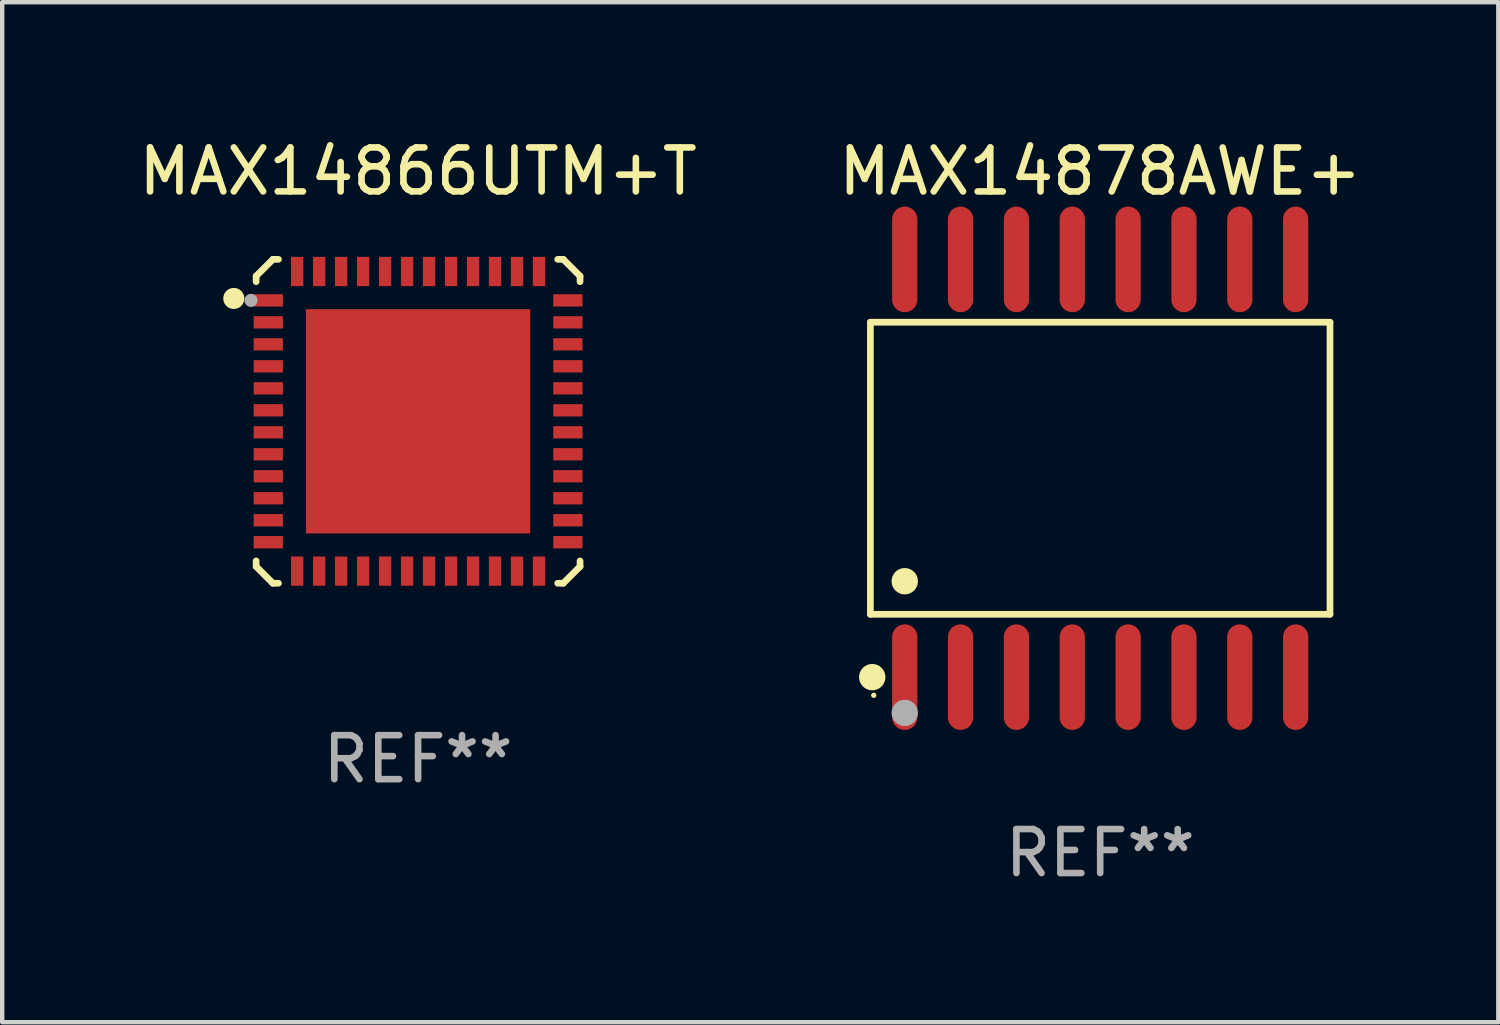
<source format=kicad_pcb>
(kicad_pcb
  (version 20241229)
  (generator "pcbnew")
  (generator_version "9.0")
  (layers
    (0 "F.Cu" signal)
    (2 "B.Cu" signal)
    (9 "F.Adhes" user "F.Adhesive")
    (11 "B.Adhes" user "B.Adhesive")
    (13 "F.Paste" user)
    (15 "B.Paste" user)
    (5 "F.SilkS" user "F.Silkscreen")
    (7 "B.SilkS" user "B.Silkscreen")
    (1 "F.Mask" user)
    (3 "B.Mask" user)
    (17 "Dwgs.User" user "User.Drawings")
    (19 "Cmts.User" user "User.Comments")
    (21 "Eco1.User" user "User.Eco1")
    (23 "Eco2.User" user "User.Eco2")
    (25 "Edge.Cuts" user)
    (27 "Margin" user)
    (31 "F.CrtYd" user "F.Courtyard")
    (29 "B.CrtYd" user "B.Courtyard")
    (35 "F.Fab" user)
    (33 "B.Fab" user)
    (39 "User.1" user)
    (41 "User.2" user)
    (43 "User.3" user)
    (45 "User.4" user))
  (footprint "MAX14866UTM+T"
    (layer "F.Cu")
    (at 6.458 6.531)
    (property "Reference" "MAX14866UTM+T" (at 0 -5.683 0) (layer "F.SilkS") (effects (font (size 1 1) (thickness 0.15))))
    (attr through_hole)
    (fp_line (start -3.683 -3.302) (end -3.302 -3.683) (stroke (width 0.152) (type solid)) (layer "F.SilkS"))
    (fp_line (start -3.683 -3.175) (end -3.683 -3.302) (stroke (width 0.152) (type solid)) (layer "F.SilkS"))
    (fp_line (start -3.683 3.302) (end -3.683 3.175) (stroke (width 0.152) (type solid)) (layer "F.SilkS"))
    (fp_line (start -3.302 -3.683) (end -3.175 -3.683) (stroke (width 0.152) (type solid)) (layer "F.SilkS"))
    (fp_line (start -3.302 3.683) (end -3.683 3.302) (stroke (width 0.152) (type solid)) (layer "F.SilkS"))
    (fp_line (start -3.175 3.683) (end -3.302 3.683) (stroke (width 0.152) (type solid)) (layer "F.SilkS"))
    (fp_line (start 3.175 -3.683) (end 3.302 -3.683) (stroke (width 0.152) (type solid)) (layer "F.SilkS"))
    (fp_line (start 3.302 -3.683) (end 3.683 -3.302) (stroke (width 0.152) (type solid)) (layer "F.SilkS"))
    (fp_line (start 3.302 3.683) (end 3.175 3.683) (stroke (width 0.152) (type solid)) (layer "F.SilkS"))
    (fp_line (start 3.683 -3.302) (end 3.683 -3.175) (stroke (width 0.152) (type solid)) (layer "F.SilkS"))
    (fp_line (start 3.683 3.175) (end 3.683 3.302) (stroke (width 0.152) (type solid)) (layer "F.SilkS"))
    (fp_line (start 3.683 3.302) (end 3.302 3.683) (stroke (width 0.152) (type solid)) (layer "F.SilkS"))
    (fp_circle (center -4.191 -2.794) (end -4.071 -2.794) (stroke (width 0.24) (type solid)) (fill no) (layer "F.SilkS"))
    (fp_circle (center -3.5 -3.5) (end -3.47 -3.5) (stroke (width 0.06) (type solid)) (fill no) (layer "F.SilkS"))
    (fp_circle (center -3.8 -2.75) (end -3.725 -2.75) (stroke (width 0.15) (type solid)) (fill no) (layer "F.Fab"))
    (fp_text user "REF**" (at 0 7.683 0) (layer "F.Fab") (effects (font (size 1 1) (thickness 0.15))))
    (pad "1" smd rect (at -3.407 -2.75) (size 0.665 0.28) (layers "F.Cu" "F.Mask" "F.Paste"))
    (pad "2" smd rect (at -3.407 -2.25) (size 0.665 0.28) (layers "F.Cu" "F.Mask" "F.Paste"))
    (pad "3" smd rect (at -3.407 -1.75) (size 0.665 0.28) (layers "F.Cu" "F.Mask" "F.Paste"))
    (pad "4" smd rect (at -3.407 -1.25) (size 0.665 0.28) (layers "F.Cu" "F.Mask" "F.Paste"))
    (pad "5" smd rect (at -3.407 -0.75) (size 0.665 0.28) (layers "F.Cu" "F.Mask" "F.Paste"))
    (pad "6" smd rect (at -3.407 -0.25) (size 0.665 0.28) (layers "F.Cu" "F.Mask" "F.Paste"))
    (pad "7" smd rect (at -3.407 0.25) (size 0.665 0.28) (layers "F.Cu" "F.Mask" "F.Paste"))
    (pad "8" smd rect (at -3.407 0.75) (size 0.665 0.28) (layers "F.Cu" "F.Mask" "F.Paste"))
    (pad "9" smd rect (at -3.407 1.25) (size 0.665 0.28) (layers "F.Cu" "F.Mask" "F.Paste"))
    (pad "10" smd rect (at -3.407 1.75) (size 0.665 0.28) (layers "F.Cu" "F.Mask" "F.Paste"))
    (pad "11" smd rect (at -3.407 2.25) (size 0.665 0.28) (layers "F.Cu" "F.Mask" "F.Paste"))
    (pad "12" smd rect (at -3.407 2.75) (size 0.665 0.28) (layers "F.Cu" "F.Mask" "F.Paste"))
    (pad "13" smd rect (at -2.75 3.407) (size 0.28 0.665) (layers "F.Cu" "F.Mask" "F.Paste"))
    (pad "14" smd rect (at -2.25 3.407) (size 0.28 0.665) (layers "F.Cu" "F.Mask" "F.Paste"))
    (pad "15" smd rect (at -1.75 3.407) (size 0.28 0.665) (layers "F.Cu" "F.Mask" "F.Paste"))
    (pad "16" smd rect (at -1.25 3.407) (size 0.28 0.665) (layers "F.Cu" "F.Mask" "F.Paste"))
    (pad "17" smd rect (at -0.75 3.407) (size 0.28 0.665) (layers "F.Cu" "F.Mask" "F.Paste"))
    (pad "18" smd rect (at -0.25 3.407) (size 0.28 0.665) (layers "F.Cu" "F.Mask" "F.Paste"))
    (pad "19" smd rect (at 0.25 3.407) (size 0.28 0.665) (layers "F.Cu" "F.Mask" "F.Paste"))
    (pad "20" smd rect (at 0.75 3.407) (size 0.28 0.665) (layers "F.Cu" "F.Mask" "F.Paste"))
    (pad "21" smd rect (at 1.25 3.407) (size 0.28 0.665) (layers "F.Cu" "F.Mask" "F.Paste"))
    (pad "22" smd rect (at 1.75 3.407) (size 0.28 0.665) (layers "F.Cu" "F.Mask" "F.Paste"))
    (pad "23" smd rect (at 2.25 3.407) (size 0.28 0.665) (layers "F.Cu" "F.Mask" "F.Paste"))
    (pad "24" smd rect (at 2.75 3.407) (size 0.28 0.665) (layers "F.Cu" "F.Mask" "F.Paste"))
    (pad "25" smd rect (at 3.407 2.75) (size 0.665 0.28) (layers "F.Cu" "F.Mask" "F.Paste"))
    (pad "26" smd rect (at 3.407 2.25) (size 0.665 0.28) (layers "F.Cu" "F.Mask" "F.Paste"))
    (pad "27" smd rect (at 3.407 1.75) (size 0.665 0.28) (layers "F.Cu" "F.Mask" "F.Paste"))
    (pad "28" smd rect (at 3.407 1.25) (size 0.665 0.28) (layers "F.Cu" "F.Mask" "F.Paste"))
    (pad "29" smd rect (at 3.407 0.75) (size 0.665 0.28) (layers "F.Cu" "F.Mask" "F.Paste"))
    (pad "30" smd rect (at 3.407 0.25) (size 0.665 0.28) (layers "F.Cu" "F.Mask" "F.Paste"))
    (pad "31" smd rect (at 3.407 -0.25) (size 0.665 0.28) (layers "F.Cu" "F.Mask" "F.Paste"))
    (pad "32" smd rect (at 3.407 -0.75) (size 0.665 0.28) (layers "F.Cu" "F.Mask" "F.Paste"))
    (pad "33" smd rect (at 3.407 -1.25) (size 0.665 0.28) (layers "F.Cu" "F.Mask" "F.Paste"))
    (pad "34" smd rect (at 3.407 -1.75) (size 0.665 0.28) (layers "F.Cu" "F.Mask" "F.Paste"))
    (pad "35" smd rect (at 3.407 -2.25) (size 0.665 0.28) (layers "F.Cu" "F.Mask" "F.Paste"))
    (pad "36" smd rect (at 3.407 -2.75) (size 0.665 0.28) (layers "F.Cu" "F.Mask" "F.Paste"))
    (pad "37" smd rect (at 2.75 -3.407) (size 0.28 0.665) (layers "F.Cu" "F.Mask" "F.Paste"))
    (pad "38" smd rect (at 2.25 -3.407) (size 0.28 0.665) (layers "F.Cu" "F.Mask" "F.Paste"))
    (pad "39" smd rect (at 1.75 -3.407) (size 0.28 0.665) (layers "F.Cu" "F.Mask" "F.Paste"))
    (pad "40" smd rect (at 1.25 -3.407) (size 0.28 0.665) (layers "F.Cu" "F.Mask" "F.Paste"))
    (pad "41" smd rect (at 0.75 -3.407) (size 0.28 0.665) (layers "F.Cu" "F.Mask" "F.Paste"))
    (pad "42" smd rect (at 0.25 -3.407) (size 0.28 0.665) (layers "F.Cu" "F.Mask" "F.Paste"))
    (pad "43" smd rect (at -0.25 -3.407) (size 0.28 0.665) (layers "F.Cu" "F.Mask" "F.Paste"))
    (pad "44" smd rect (at -0.75 -3.407) (size 0.28 0.665) (layers "F.Cu" "F.Mask" "F.Paste"))
    (pad "45" smd rect (at -1.25 -3.407) (size 0.28 0.665) (layers "F.Cu" "F.Mask" "F.Paste"))
    (pad "46" smd rect (at -1.75 -3.407) (size 0.28 0.665) (layers "F.Cu" "F.Mask" "F.Paste"))
    (pad "47" smd rect (at -2.25 -3.407) (size 0.28 0.665) (layers "F.Cu" "F.Mask" "F.Paste"))
    (pad "48" smd rect (at -2.75 -3.407) (size 0.28 0.665) (layers "F.Cu" "F.Mask" "F.Paste"))
    (pad "49" smd rect (at 0 0) (size 5.1 5.1) (layers "F.Cu" "F.Mask" "F.Paste")))
  (footprint "MAX14878AWE+"
    (layer "F.Cu")
    (at 21.97 7.599)
    (property "Reference" "MAX14878AWE+" (at 0 -6.75 0) (layer "F.SilkS") (effects (font (size 1 1) (thickness 0.15))))
    (attr through_hole)
    (fp_line (start -5.226 -3.321) (end 5.226 -3.321) (stroke (width 0.152) (type solid)) (layer "F.SilkS"))
    (fp_line (start -5.226 3.321) (end -5.226 -3.321) (stroke (width 0.152) (type solid)) (layer "F.SilkS"))
    (fp_line (start 5.226 -3.321) (end 5.226 3.321) (stroke (width 0.152) (type solid)) (layer "F.SilkS"))
    (fp_line (start 5.226 3.321) (end -5.226 3.321) (stroke (width 0.152) (type solid)) (layer "F.SilkS"))
    (fp_circle (center -5.184 4.75) (end -5.034 4.75) (stroke (width 0.3) (type solid)) (fill no) (layer "F.SilkS"))
    (fp_circle (center -5.15 5.163) (end -5.12 5.163) (stroke (width 0.06) (type solid)) (fill no) (layer "F.SilkS"))
    (fp_circle (center -4.445 2.569) (end -4.295 2.569) (stroke (width 0.3) (type solid)) (fill no) (layer "F.SilkS"))
    (fp_circle (center -4.445 5.563) (end -4.295 5.563) (stroke (width 0.3) (type solid)) (fill no) (layer "F.Fab"))
    (fp_text user "REF**" (at 0 8.75 0) (layer "F.Fab") (effects (font (size 1 1) (thickness 0.15))))
    (pad "1" smd oval (at -4.445 4.75) (size 0.574 2.401) (layers "F.Cu" "F.Mask" "F.Paste"))
    (pad "2" smd oval (at -3.175 4.75) (size 0.574 2.401) (layers "F.Cu" "F.Mask" "F.Paste"))
    (pad "3" smd oval (at -1.905 4.75) (size 0.574 2.401) (layers "F.Cu" "F.Mask" "F.Paste"))
    (pad "4" smd oval (at -0.635 4.75) (size 0.574 2.401) (layers "F.Cu" "F.Mask" "F.Paste"))
    (pad "5" smd oval (at 0.635 4.75) (size 0.574 2.401) (layers "F.Cu" "F.Mask" "F.Paste"))
    (pad "6" smd oval (at 1.905 4.75) (size 0.574 2.401) (layers "F.Cu" "F.Mask" "F.Paste"))
    (pad "7" smd oval (at 3.175 4.75) (size 0.574 2.401) (layers "F.Cu" "F.Mask" "F.Paste"))
    (pad "8" smd oval (at 4.445 4.75) (size 0.574 2.401) (layers "F.Cu" "F.Mask" "F.Paste"))
    (pad "9" smd oval (at 4.445 -4.75) (size 0.574 2.401) (layers "F.Cu" "F.Mask" "F.Paste"))
    (pad "10" smd oval (at 3.175 -4.75) (size 0.574 2.401) (layers "F.Cu" "F.Mask" "F.Paste"))
    (pad "11" smd oval (at 1.905 -4.75) (size 0.574 2.401) (layers "F.Cu" "F.Mask" "F.Paste"))
    (pad "12" smd oval (at 0.635 -4.75) (size 0.574 2.401) (layers "F.Cu" "F.Mask" "F.Paste"))
    (pad "13" smd oval (at -0.635 -4.75) (size 0.574 2.401) (layers "F.Cu" "F.Mask" "F.Paste"))
    (pad "14" smd oval (at -1.905 -4.75) (size 0.574 2.401) (layers "F.Cu" "F.Mask" "F.Paste"))
    (pad "15" smd oval (at -3.175 -4.75) (size 0.574 2.401) (layers "F.Cu" "F.Mask" "F.Paste"))
    (pad "16" smd oval (at -4.445 -4.75) (size 0.574 2.401) (layers "F.Cu" "F.Mask" "F.Paste")))
  (gr_rect
    (start -3 -3)
    (end 31.024 20.197)
    (stroke (width 0.1) (type default))
    (fill no)
    (layer "Edge.Cuts")))
</source>
